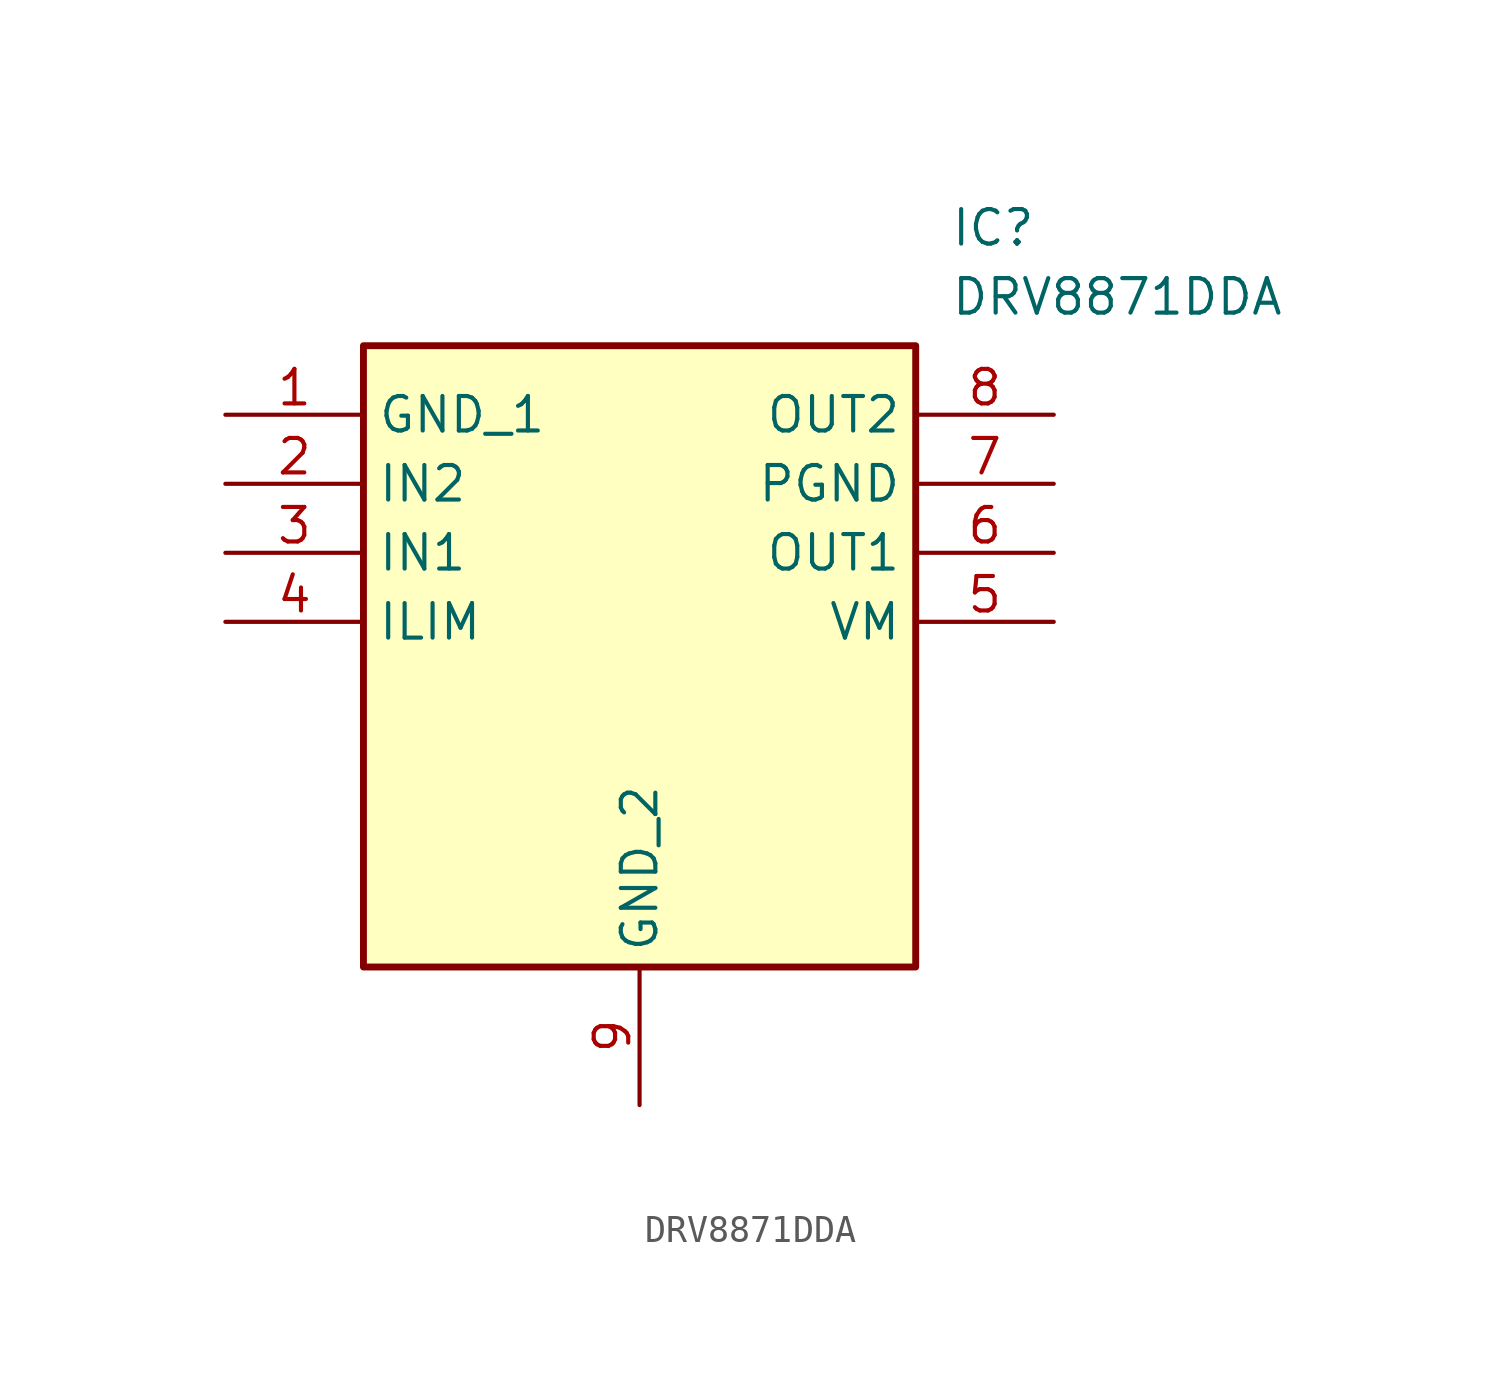
<source format=kicad_sym>
(kicad_symbol_lib
  (version 20211014)
  (generator SamacSys_ECAD_Model)
  (symbol "DRV8871DDA"
    (property "Reference" "IC"
      (at 26.67 7.62 0)
      (effects (font (size 1.27 1.27)) (justify left top)))
    (property "Value" "DRV8871DDA"
      (at 26.67 5.08 0)
      (effects (font (size 1.27 1.27)) (justify left top)))
    (rectangle
      (start 5.08 2.54)
      (end 25.4 -20.32)
      (stroke (width 0.254) (type default))
      (fill (type background)))
    (pin passive line
      (at 0 0 0)
      (length 5.08)
      (name "GND_1" (effects (font (size 1.27 1.27))))
      (number "1" (effects (font (size 1.27 1.27)))))
    (pin passive line
      (at 0 -2.54 0)
      (length 5.08)
      (name "IN2" (effects (font (size 1.27 1.27))))
      (number "2" (effects (font (size 1.27 1.27)))))
    (pin passive line
      (at 0 -5.08 0)
      (length 5.08)
      (name "IN1" (effects (font (size 1.27 1.27))))
      (number "3" (effects (font (size 1.27 1.27)))))
    (pin passive line
      (at 0 -7.62 0)
      (length 5.08)
      (name "ILIM" (effects (font (size 1.27 1.27))))
      (number "4" (effects (font (size 1.27 1.27)))))
    (pin passive line
      (at 15.24 -25.4 90)
      (length 5.08)
      (name "GND_2" (effects (font (size 1.27 1.27))))
      (number "9" (effects (font (size 1.27 1.27)))))
    (pin passive line
      (at 30.48 0 180)
      (length 5.08)
      (name "OUT2" (effects (font (size 1.27 1.27))))
      (number "8" (effects (font (size 1.27 1.27)))))
    (pin passive line
      (at 30.48 -2.54 180)
      (length 5.08)
      (name "PGND" (effects (font (size 1.27 1.27))))
      (number "7" (effects (font (size 1.27 1.27)))))
    (pin passive line
      (at 30.48 -5.08 180)
      (length 5.08)
      (name "OUT1" (effects (font (size 1.27 1.27))))
      (number "6" (effects (font (size 1.27 1.27)))))
    (pin passive line
      (at 30.48 -7.62 180)
      (length 5.08)
      (name "VM" (effects (font (size 1.27 1.27))))
      (number "5" (effects (font (size 1.27 1.27)))))))
</source>
